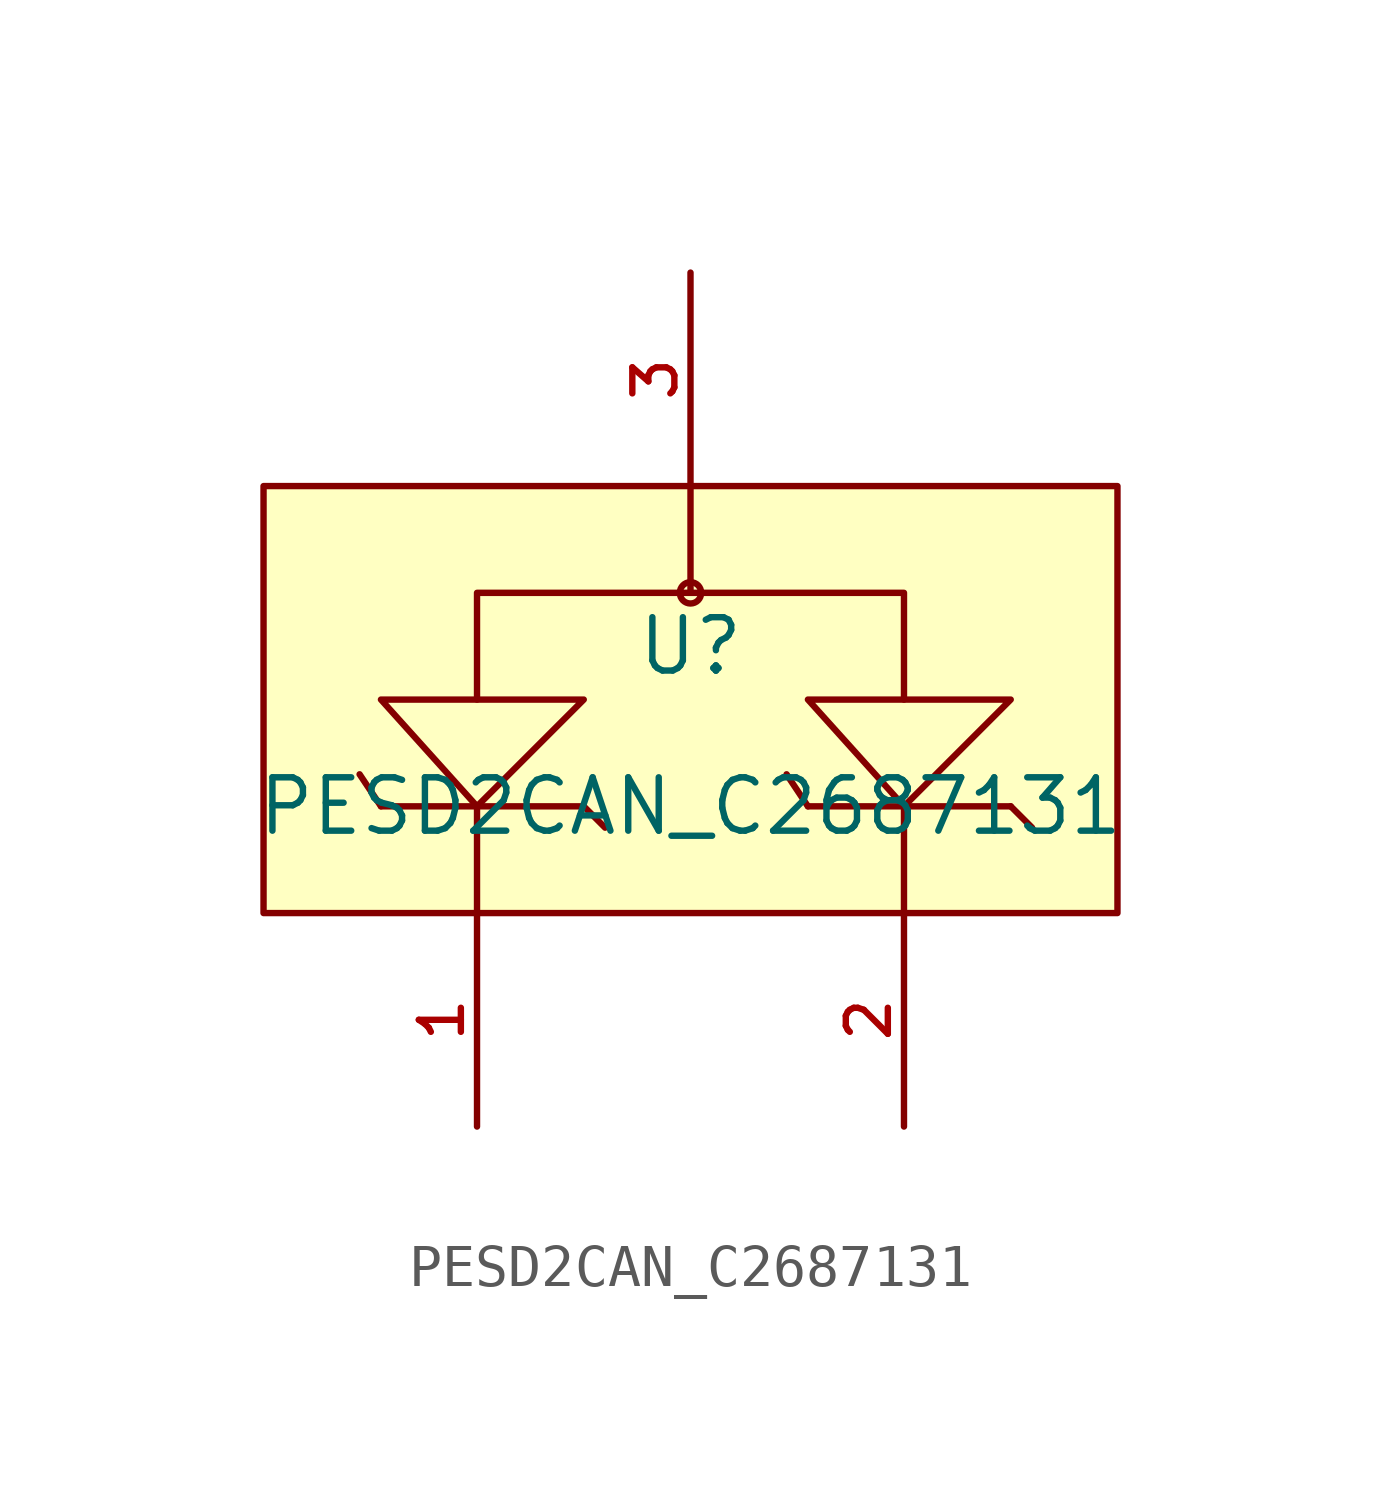
<source format=kicad_sym>
(kicad_symbol_lib
  (version 20210201)
  (generator TousstNicolas/JLC2KiCad_lib)
  (symbol "PESD2CAN_C2687131"
    (pin_names hide)
    (property "Reference" "U"
      (at 0 1.27 0)
      (effects (font (size 1.27 1.27))))
    (property "Value" "PESD2CAN_C2687131"
      (at 0 -2.54 0)
      (effects (font (size 1.27 1.27))))
    (symbol "PESD2CAN_C2687131_0_1"
      (circle (center 0.0 2.54) (radius 0.254) (stroke (width 0) (type default) (color 0 0 0 0)) (fill (type background)))
      (polyline (pts (xy 0.0 2.54) (xy 0.0 5.08)) (stroke (width 0) (type default) (color 0 0 0 0)) (fill (type none)))
      (polyline (pts (xy 5.08 -5.08) (xy 5.08 -2.54)) (stroke (width 0) (type default) (color 0 0 0 0)) (fill (type none)))
      (polyline (pts (xy -5.08 -5.08) (xy -5.08 -2.54)) (stroke (width 0) (type default) (color 0 0 0 0)) (fill (type none)))
      (polyline (pts (xy -5.08 -0.0) (xy -5.08 2.54) (xy 5.08 2.54) (xy 5.08 -0.0)) (stroke (width 0) (type default) (color 0 0 0 0)) (fill (type none)))
      (rectangle (start -10.16 5.08) (end 10.16 -5.08) (stroke (width 0) (type default) (color 0 0 0 0)) (fill (type background)))
      (pin unspecified line (at 5.08 -10.16 90) (length 5.08) (name "2" (effects (font (size 1 1)))) (number "2" (effects (font (size 1 1)))))
      (polyline (pts (xy 2.794 -2.54) (xy 7.62 -2.54)) (stroke (width 0) (type default) (color 0 0 0 0)) (fill (type none)))
      (polyline (pts (xy 7.62 -0.0) (xy 5.08 -2.54) (xy 2.794 -0.0) (xy 7.62 -0.0)) (stroke (width 0) (type default) (color 0 0 0 0)) (fill (type background)))
      (pin unspecified line (at -5.08 -10.16 90) (length 5.08) (name "1" (effects (font (size 1 1)))) (number "1" (effects (font (size 1 1)))))
      (pin unspecified line (at 0.0 10.16 270) (length 5.08) (name "3" (effects (font (size 1 1)))) (number "3" (effects (font (size 1 1)))))
      (polyline (pts (xy -7.366 -2.54) (xy -2.54 -2.54)) (stroke (width 0) (type default) (color 0 0 0 0)) (fill (type none)))
      (polyline (pts (xy -2.54 -0.0) (xy -5.08 -2.54) (xy -7.366 -0.0) (xy -2.54 -0.0)) (stroke (width 0) (type default) (color 0 0 0 0)) (fill (type background)))
      (polyline (pts (xy -7.366 -2.54) (xy -7.874 -1.778)) (stroke (width 0) (type default) (color 0 0 0 0)) (fill (type none)))
      (polyline (pts (xy -2.54 -2.54) (xy -2.032 -3.048)) (stroke (width 0) (type default) (color 0 0 0 0)) (fill (type none)))
      (polyline (pts (xy 2.794 -2.54) (xy 2.286 -1.778)) (stroke (width 0) (type default) (color 0 0 0 0)) (fill (type none)))
      (polyline (pts (xy 7.62 -2.54) (xy 8.128 -3.048)) (stroke (width 0) (type default) (color 0 0 0 0)) (fill (type none))))))
</source>
